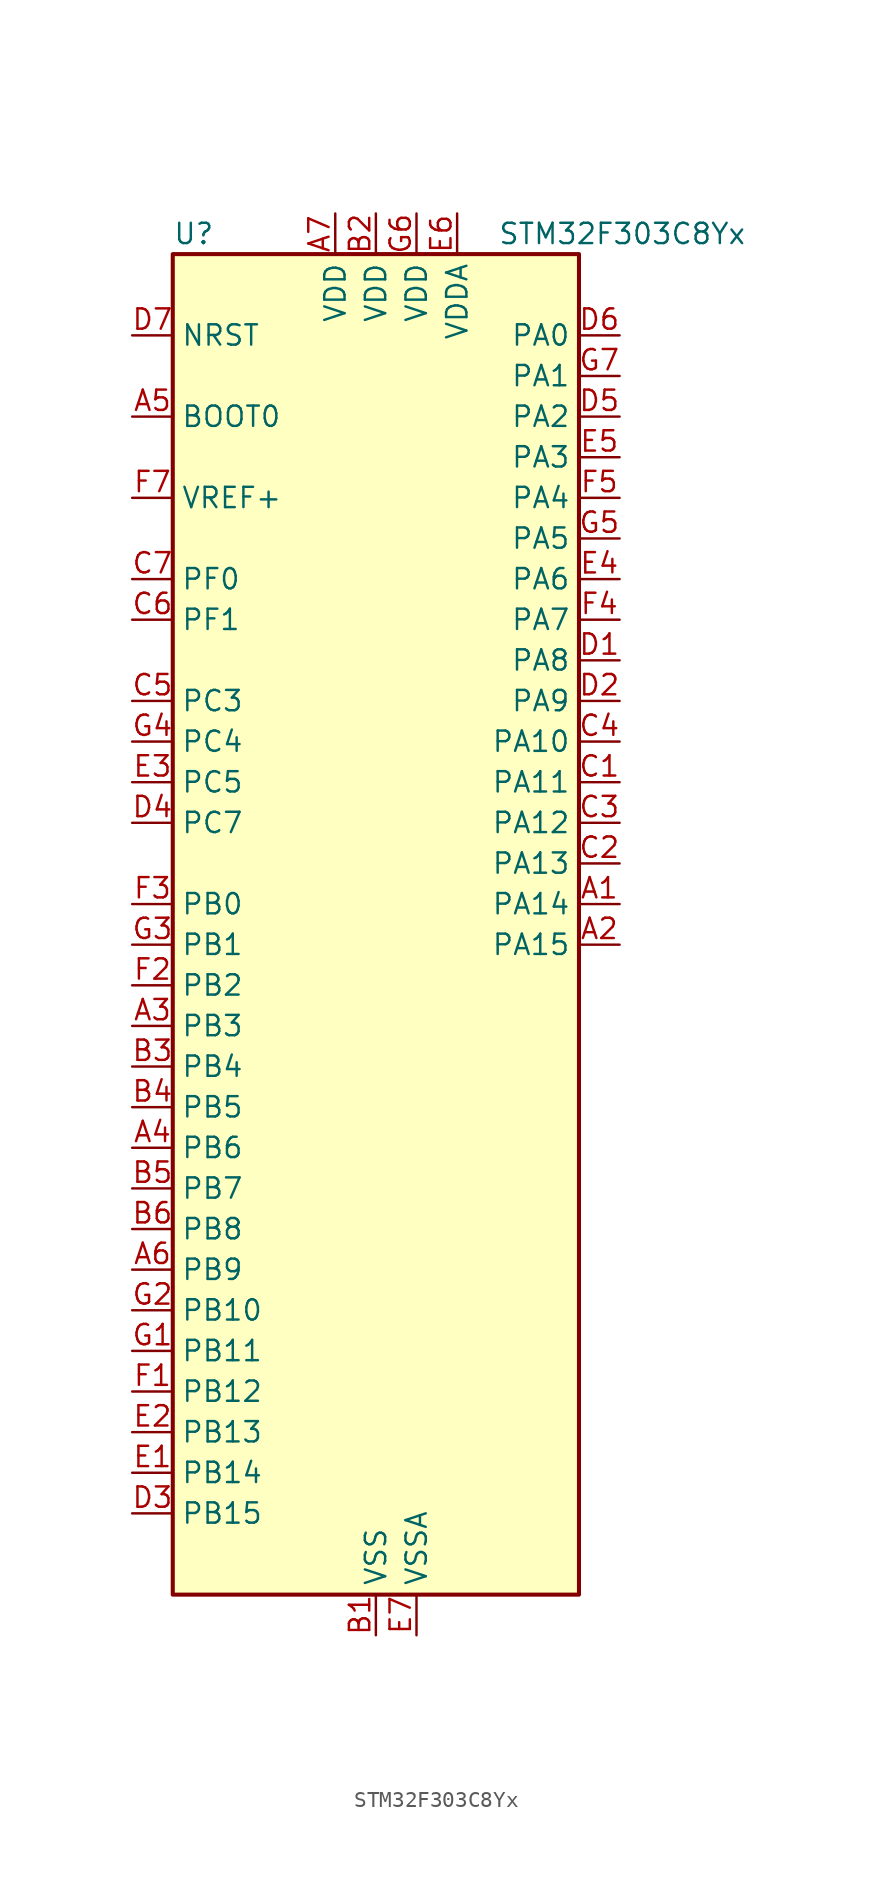
<source format=kicad_sym>
(kicad_symbol_lib
  (version 20241209)
  (generator "kicad_symbol_editor")
  (generator_version "9.0")
  (symbol "STM32F303C8Yx"
    (property "Reference" "U"
      (at -12.7 44.45 0)
      (effects (font (size 1.27 1.27)) (justify left)))
    (property "Value" "STM32F303C8Yx"
      (at 7.62 44.45 0)
      (effects (font (size 1.27 1.27)) (justify left)))
    (symbol "STM32F303C8Yx_0_1"
      (rectangle (start -12.7 -40.64) (end 12.7 43.18) (stroke (width 0.254) (type default)) (fill (type background))))
    (symbol "STM32F303C8Yx_1_1"
      (pin input line (at -15.24 38.1 0) (length 2.54) (name "NRST" (effects (font (size 1.27 1.27)))) (number "D7" (effects (font (size 1.27 1.27)))))
      (pin input line (at -15.24 33.02 0) (length 2.54) (name "BOOT0" (effects (font (size 1.27 1.27)))) (number "A5" (effects (font (size 1.27 1.27)))))
      (pin input line (at -15.24 27.94 0) (length 2.54) (name "VREF+" (effects (font (size 1.27 1.27)))) (number "F7" (effects (font (size 1.27 1.27)))))
      (pin bidirectional line (at -15.24 22.86 0) (length 2.54) (name "PF0" (effects (font (size 1.27 1.27)))) (number "C7" (effects (font (size 1.27 1.27)))) (alternate "RCC_OSC_IN" bidirectional line) (alternate "TIM1_CH3N" bidirectional line))
      (pin bidirectional line (at -15.24 20.32 0) (length 2.54) (name "PF1" (effects (font (size 1.27 1.27)))) (number "C6" (effects (font (size 1.27 1.27)))) (alternate "RCC_OSC_OUT" bidirectional line))
      (pin bidirectional line (at -15.24 15.24 0) (length 2.54) (name "PC3" (effects (font (size 1.27 1.27)))) (number "C5" (effects (font (size 1.27 1.27)))) (alternate "ADC1_IN9" bidirectional line) (alternate "ADC2_IN9" bidirectional line) (alternate "TIM1_BKIN2" bidirectional line) (alternate "TIM1_CH4" bidirectional line))
      (pin bidirectional line (at -15.24 12.7 0) (length 2.54) (name "PC4" (effects (font (size 1.27 1.27)))) (number "G4" (effects (font (size 1.27 1.27)))) (alternate "ADC2_IN5" bidirectional line) (alternate "TIM1_ETR" bidirectional line) (alternate "USART1_TX" bidirectional line))
      (pin bidirectional line (at -15.24 10.16 0) (length 2.54) (name "PC5" (effects (font (size 1.27 1.27)))) (number "E3" (effects (font (size 1.27 1.27)))) (alternate "ADC2_IN11" bidirectional line) (alternate "OPAMP2_VINM" bidirectional line) (alternate "OPAMP2_VINM_SEC" bidirectional line) (alternate "TIM15_BKIN" bidirectional line) (alternate "TSC_G3_IO1" bidirectional line) (alternate "USART1_RX" bidirectional line))
      (pin bidirectional line (at -15.24 7.62 0) (length 2.54) (name "PC7" (effects (font (size 1.27 1.27)))) (number "D4" (effects (font (size 1.27 1.27)))) (alternate "TIM3_CH2" bidirectional line))
      (pin bidirectional line (at -15.24 2.54 0) (length 2.54) (name "PB0" (effects (font (size 1.27 1.27)))) (number "F3" (effects (font (size 1.27 1.27)))) (alternate "ADC1_IN11" bidirectional line) (alternate "COMP4_INP" bidirectional line) (alternate "OPAMP2_VINP" bidirectional line) (alternate "OPAMP2_VINP_SEC" bidirectional line) (alternate "TIM1_CH2N" bidirectional line) (alternate "TIM3_CH3" bidirectional line) (alternate "TSC_G3_IO2" bidirectional line))
      (pin bidirectional line (at -15.24 0 0) (length 2.54) (name "PB1" (effects (font (size 1.27 1.27)))) (number "G3" (effects (font (size 1.27 1.27)))) (alternate "ADC1_IN12" bidirectional line) (alternate "COMP4_OUT" bidirectional line) (alternate "TIM1_CH3N" bidirectional line) (alternate "TIM3_CH4" bidirectional line) (alternate "TSC_G3_IO3" bidirectional line))
      (pin bidirectional line (at -15.24 -2.54 0) (length 2.54) (name "PB2" (effects (font (size 1.27 1.27)))) (number "F2" (effects (font (size 1.27 1.27)))) (alternate "ADC2_IN12" bidirectional line) (alternate "COMP4_INM" bidirectional line) (alternate "TSC_G3_IO4" bidirectional line))
      (pin bidirectional line (at -15.24 -5.08 0) (length 2.54) (name "PB3" (effects (font (size 1.27 1.27)))) (number "A3" (effects (font (size 1.27 1.27)))) (alternate "SPI1_SCK" bidirectional line) (alternate "SYS_JTDO-TRACESWO" bidirectional line) (alternate "TIM2_CH2" bidirectional line) (alternate "TIM3_ETR" bidirectional line) (alternate "TSC_G5_IO1" bidirectional line) (alternate "USART2_TX" bidirectional line))
      (pin bidirectional line (at -15.24 -7.62 0) (length 2.54) (name "PB4" (effects (font (size 1.27 1.27)))) (number "B3" (effects (font (size 1.27 1.27)))) (alternate "SPI1_MISO" bidirectional line) (alternate "SYS_NJTRST" bidirectional line) (alternate "TIM16_CH1" bidirectional line) (alternate "TIM17_BKIN" bidirectional line) (alternate "TIM3_CH1" bidirectional line) (alternate "TSC_G5_IO2" bidirectional line) (alternate "USART2_RX" bidirectional line))
      (pin bidirectional line (at -15.24 -10.16 0) (length 2.54) (name "PB5" (effects (font (size 1.27 1.27)))) (number "B4" (effects (font (size 1.27 1.27)))) (alternate "I2C1_SMBA" bidirectional line) (alternate "SPI1_MOSI" bidirectional line) (alternate "TIM16_BKIN" bidirectional line) (alternate "TIM17_CH1" bidirectional line) (alternate "TIM3_CH2" bidirectional line) (alternate "USART2_CK" bidirectional line))
      (pin bidirectional line (at -15.24 -12.7 0) (length 2.54) (name "PB6" (effects (font (size 1.27 1.27)))) (number "A4" (effects (font (size 1.27 1.27)))) (alternate "I2C1_SCL" bidirectional line) (alternate "TIM16_CH1N" bidirectional line) (alternate "TSC_G5_IO3" bidirectional line) (alternate "USART1_TX" bidirectional line))
      (pin bidirectional line (at -15.24 -15.24 0) (length 2.54) (name "PB7" (effects (font (size 1.27 1.27)))) (number "B5" (effects (font (size 1.27 1.27)))) (alternate "I2C1_SDA" bidirectional line) (alternate "TIM17_CH1N" bidirectional line) (alternate "TIM3_CH4" bidirectional line) (alternate "TSC_G5_IO4" bidirectional line) (alternate "USART1_RX" bidirectional line))
      (pin bidirectional line (at -15.24 -17.78 0) (length 2.54) (name "PB8" (effects (font (size 1.27 1.27)))) (number "B6" (effects (font (size 1.27 1.27)))) (alternate "CAN_RX" bidirectional line) (alternate "I2C1_SCL" bidirectional line) (alternate "TIM16_CH1" bidirectional line) (alternate "TIM1_BKIN" bidirectional line) (alternate "TSC_SYNC" bidirectional line) (alternate "USART3_RX" bidirectional line))
      (pin bidirectional line (at -15.24 -20.32 0) (length 2.54) (name "PB9" (effects (font (size 1.27 1.27)))) (number "A6" (effects (font (size 1.27 1.27)))) (alternate "CAN_TX" bidirectional line) (alternate "COMP2_OUT" bidirectional line) (alternate "DAC1_EXTI9" bidirectional line) (alternate "DAC2_EXTI9" bidirectional line) (alternate "I2C1_SDA" bidirectional line) (alternate "IR_OUT" bidirectional line) (alternate "TIM17_CH1" bidirectional line) (alternate "USART3_TX" bidirectional line))
      (pin bidirectional line (at -15.24 -22.86 0) (length 2.54) (name "PB10" (effects (font (size 1.27 1.27)))) (number "G2" (effects (font (size 1.27 1.27)))) (alternate "TIM2_CH3" bidirectional line) (alternate "TSC_SYNC" bidirectional line) (alternate "USART3_TX" bidirectional line))
      (pin bidirectional line (at -15.24 -25.4 0) (length 2.54) (name "PB11" (effects (font (size 1.27 1.27)))) (number "G1" (effects (font (size 1.27 1.27)))) (alternate "COMP6_INP" bidirectional line) (alternate "TIM2_CH4" bidirectional line) (alternate "TSC_G6_IO1" bidirectional line) (alternate "USART3_RX" bidirectional line))
      (pin bidirectional line (at -15.24 -27.94 0) (length 2.54) (name "PB12" (effects (font (size 1.27 1.27)))) (number "F1" (effects (font (size 1.27 1.27)))) (alternate "ADC2_IN13" bidirectional line) (alternate "TIM1_BKIN" bidirectional line) (alternate "TSC_G6_IO2" bidirectional line) (alternate "USART3_CK" bidirectional line))
      (pin bidirectional line (at -15.24 -30.48 0) (length 2.54) (name "PB13" (effects (font (size 1.27 1.27)))) (number "E2" (effects (font (size 1.27 1.27)))) (alternate "ADC1_IN13" bidirectional line) (alternate "TIM1_CH1N" bidirectional line) (alternate "TSC_G6_IO3" bidirectional line) (alternate "USART3_CTS" bidirectional line))
      (pin bidirectional line (at -15.24 -33.02 0) (length 2.54) (name "PB14" (effects (font (size 1.27 1.27)))) (number "E1" (effects (font (size 1.27 1.27)))) (alternate "ADC2_IN14" bidirectional line) (alternate "OPAMP2_VINP" bidirectional line) (alternate "OPAMP2_VINP_SEC" bidirectional line) (alternate "TIM15_CH1" bidirectional line) (alternate "TIM1_CH2N" bidirectional line) (alternate "TSC_G6_IO4" bidirectional line) (alternate "USART3_DE" bidirectional line) (alternate "USART3_RTS" bidirectional line))
      (pin bidirectional line (at -15.24 -35.56 0) (length 2.54) (name "PB15" (effects (font (size 1.27 1.27)))) (number "D3" (effects (font (size 1.27 1.27)))) (alternate "ADC2_IN15" bidirectional line) (alternate "COMP6_INM" bidirectional line) (alternate "RTC_REFIN" bidirectional line) (alternate "TIM15_CH1N" bidirectional line) (alternate "TIM15_CH2" bidirectional line) (alternate "TIM1_CH3N" bidirectional line))
      (pin power_in line (at -2.54 45.72 270) (length 2.54) (name "VDD" (effects (font (size 1.27 1.27)))) (number "A7" (effects (font (size 1.27 1.27)))))
      (pin power_in line (at 0 45.72 270) (length 2.54) (name "VDD" (effects (font (size 1.27 1.27)))) (number "B2" (effects (font (size 1.27 1.27)))))
      (pin power_in line (at 0 -43.18 90) (length 2.54) (name "VSS" (effects (font (size 1.27 1.27)))) (number "B1" (effects (font (size 1.27 1.27)))))
      (pin passive line (at 0 -43.18 90) (length 2.54) (hide yes) (name "VSS" (effects (font (size 1.27 1.27)))) (number "B7" (effects (font (size 1.27 1.27)))))
      (pin passive line (at 0 -43.18 90) (length 2.54) (hide yes) (name "VSS" (effects (font (size 1.27 1.27)))) (number "F6" (effects (font (size 1.27 1.27)))))
      (pin power_in line (at 2.54 45.72 270) (length 2.54) (name "VDD" (effects (font (size 1.27 1.27)))) (number "G6" (effects (font (size 1.27 1.27)))))
      (pin power_in line (at 2.54 -43.18 90) (length 2.54) (name "VSSA" (effects (font (size 1.27 1.27)))) (number "E7" (effects (font (size 1.27 1.27)))))
      (pin power_in line (at 5.08 45.72 270) (length 2.54) (name "VDDA" (effects (font (size 1.27 1.27)))) (number "E6" (effects (font (size 1.27 1.27)))))
      (pin bidirectional line (at 15.24 38.1 180) (length 2.54) (name "PA0" (effects (font (size 1.27 1.27)))) (number "D6" (effects (font (size 1.27 1.27)))) (alternate "ADC1_IN1" bidirectional line) (alternate "RTC_TAMP2" bidirectional line) (alternate "SYS_WKUP1" bidirectional line) (alternate "TIM2_CH1" bidirectional line) (alternate "TIM2_ETR" bidirectional line) (alternate "TSC_G1_IO1" bidirectional line) (alternate "USART2_CTS" bidirectional line))
      (pin bidirectional line (at 15.24 35.56 180) (length 2.54) (name "PA1" (effects (font (size 1.27 1.27)))) (number "G7" (effects (font (size 1.27 1.27)))) (alternate "ADC1_IN2" bidirectional line) (alternate "RTC_REFIN" bidirectional line) (alternate "TIM15_CH1N" bidirectional line) (alternate "TIM2_CH2" bidirectional line) (alternate "TSC_G1_IO2" bidirectional line) (alternate "USART2_DE" bidirectional line) (alternate "USART2_RTS" bidirectional line))
      (pin bidirectional line (at 15.24 33.02 180) (length 2.54) (name "PA2" (effects (font (size 1.27 1.27)))) (number "D5" (effects (font (size 1.27 1.27)))) (alternate "ADC1_IN3" bidirectional line) (alternate "COMP2_INM" bidirectional line) (alternate "COMP2_OUT" bidirectional line) (alternate "TIM15_CH1" bidirectional line) (alternate "TIM2_CH3" bidirectional line) (alternate "TSC_G1_IO3" bidirectional line) (alternate "USART2_TX" bidirectional line))
      (pin bidirectional line (at 15.24 30.48 180) (length 2.54) (name "PA3" (effects (font (size 1.27 1.27)))) (number "E5" (effects (font (size 1.27 1.27)))) (alternate "ADC1_IN4" bidirectional line) (alternate "TIM15_CH2" bidirectional line) (alternate "TIM2_CH4" bidirectional line) (alternate "TSC_G1_IO4" bidirectional line) (alternate "USART2_RX" bidirectional line))
      (pin bidirectional line (at 15.24 27.94 180) (length 2.54) (name "PA4" (effects (font (size 1.27 1.27)))) (number "F5" (effects (font (size 1.27 1.27)))) (alternate "ADC2_IN1" bidirectional line) (alternate "COMP2_INM" bidirectional line) (alternate "COMP4_INM" bidirectional line) (alternate "COMP6_INM" bidirectional line) (alternate "DAC1_OUT1" bidirectional line) (alternate "SPI1_NSS" bidirectional line) (alternate "TIM3_CH2" bidirectional line) (alternate "TSC_G2_IO1" bidirectional line) (alternate "USART2_CK" bidirectional line))
      (pin bidirectional line (at 15.24 25.4 180) (length 2.54) (name "PA5" (effects (font (size 1.27 1.27)))) (number "G5" (effects (font (size 1.27 1.27)))) (alternate "ADC2_IN2" bidirectional line) (alternate "DAC1_OUT2" bidirectional line) (alternate "OPAMP2_VINM" bidirectional line) (alternate "OPAMP2_VINM_SEC" bidirectional line) (alternate "SPI1_SCK" bidirectional line) (alternate "TIM2_CH1" bidirectional line) (alternate "TIM2_ETR" bidirectional line) (alternate "TSC_G2_IO2" bidirectional line))
      (pin bidirectional line (at 15.24 22.86 180) (length 2.54) (name "PA6" (effects (font (size 1.27 1.27)))) (number "E4" (effects (font (size 1.27 1.27)))) (alternate "ADC2_IN3" bidirectional line) (alternate "DAC2_OUT1" bidirectional line) (alternate "OPAMP2_VOUT" bidirectional line) (alternate "SPI1_MISO" bidirectional line) (alternate "TIM16_CH1" bidirectional line) (alternate "TIM1_BKIN" bidirectional line) (alternate "TIM3_CH1" bidirectional line) (alternate "TSC_G2_IO3" bidirectional line))
      (pin bidirectional line (at 15.24 20.32 180) (length 2.54) (name "PA7" (effects (font (size 1.27 1.27)))) (number "F4" (effects (font (size 1.27 1.27)))) (alternate "ADC2_IN4" bidirectional line) (alternate "COMP2_INP" bidirectional line) (alternate "OPAMP2_VINP" bidirectional line) (alternate "OPAMP2_VINP_SEC" bidirectional line) (alternate "SPI1_MOSI" bidirectional line) (alternate "TIM17_CH1" bidirectional line) (alternate "TIM1_CH1N" bidirectional line) (alternate "TIM3_CH2" bidirectional line) (alternate "TSC_G2_IO4" bidirectional line))
      (pin bidirectional line (at 15.24 17.78 180) (length 2.54) (name "PA8" (effects (font (size 1.27 1.27)))) (number "D1" (effects (font (size 1.27 1.27)))) (alternate "RCC_MCO" bidirectional line) (alternate "TIM1_CH1" bidirectional line) (alternate "USART1_CK" bidirectional line))
      (pin bidirectional line (at 15.24 15.24 180) (length 2.54) (name "PA9" (effects (font (size 1.27 1.27)))) (number "D2" (effects (font (size 1.27 1.27)))) (alternate "DAC1_EXTI9" bidirectional line) (alternate "DAC2_EXTI9" bidirectional line) (alternate "TIM15_BKIN" bidirectional line) (alternate "TIM1_CH2" bidirectional line) (alternate "TIM2_CH3" bidirectional line) (alternate "TSC_G4_IO1" bidirectional line) (alternate "USART1_TX" bidirectional line))
      (pin bidirectional line (at 15.24 12.7 180) (length 2.54) (name "PA10" (effects (font (size 1.27 1.27)))) (number "C4" (effects (font (size 1.27 1.27)))) (alternate "COMP6_OUT" bidirectional line) (alternate "TIM17_BKIN" bidirectional line) (alternate "TIM1_CH3" bidirectional line) (alternate "TIM2_CH4" bidirectional line) (alternate "TSC_G4_IO2" bidirectional line) (alternate "USART1_RX" bidirectional line))
      (pin bidirectional line (at 15.24 10.16 180) (length 2.54) (name "PA11" (effects (font (size 1.27 1.27)))) (number "C1" (effects (font (size 1.27 1.27)))) (alternate "CAN_RX" bidirectional line) (alternate "TIM1_BKIN2" bidirectional line) (alternate "TIM1_CH1N" bidirectional line) (alternate "TIM1_CH4" bidirectional line) (alternate "USART1_CTS" bidirectional line))
      (pin bidirectional line (at 15.24 7.62 180) (length 2.54) (name "PA12" (effects (font (size 1.27 1.27)))) (number "C3" (effects (font (size 1.27 1.27)))) (alternate "CAN_TX" bidirectional line) (alternate "COMP2_OUT" bidirectional line) (alternate "TIM16_CH1" bidirectional line) (alternate "TIM1_CH2N" bidirectional line) (alternate "TIM1_ETR" bidirectional line) (alternate "USART1_DE" bidirectional line) (alternate "USART1_RTS" bidirectional line))
      (pin bidirectional line (at 15.24 5.08 180) (length 2.54) (name "PA13" (effects (font (size 1.27 1.27)))) (number "C2" (effects (font (size 1.27 1.27)))) (alternate "IR_OUT" bidirectional line) (alternate "SYS_JTMS-SWDIO" bidirectional line) (alternate "TIM16_CH1N" bidirectional line) (alternate "TSC_G4_IO3" bidirectional line) (alternate "USART3_CTS" bidirectional line))
      (pin bidirectional line (at 15.24 2.54 180) (length 2.54) (name "PA14" (effects (font (size 1.27 1.27)))) (number "A1" (effects (font (size 1.27 1.27)))) (alternate "I2C1_SDA" bidirectional line) (alternate "SYS_JTCK-SWCLK" bidirectional line) (alternate "TIM1_BKIN" bidirectional line) (alternate "TSC_G4_IO4" bidirectional line) (alternate "USART2_TX" bidirectional line))
      (pin bidirectional line (at 15.24 0 180) (length 2.54) (name "PA15" (effects (font (size 1.27 1.27)))) (number "A2" (effects (font (size 1.27 1.27)))) (alternate "I2C1_SCL" bidirectional line) (alternate "SPI1_NSS" bidirectional line) (alternate "SYS_JTDI" bidirectional line) (alternate "TIM1_BKIN" bidirectional line) (alternate "TIM2_CH1" bidirectional line) (alternate "TIM2_ETR" bidirectional line) (alternate "TSC_SYNC" bidirectional line) (alternate "USART2_RX" bidirectional line)))))
</source>
